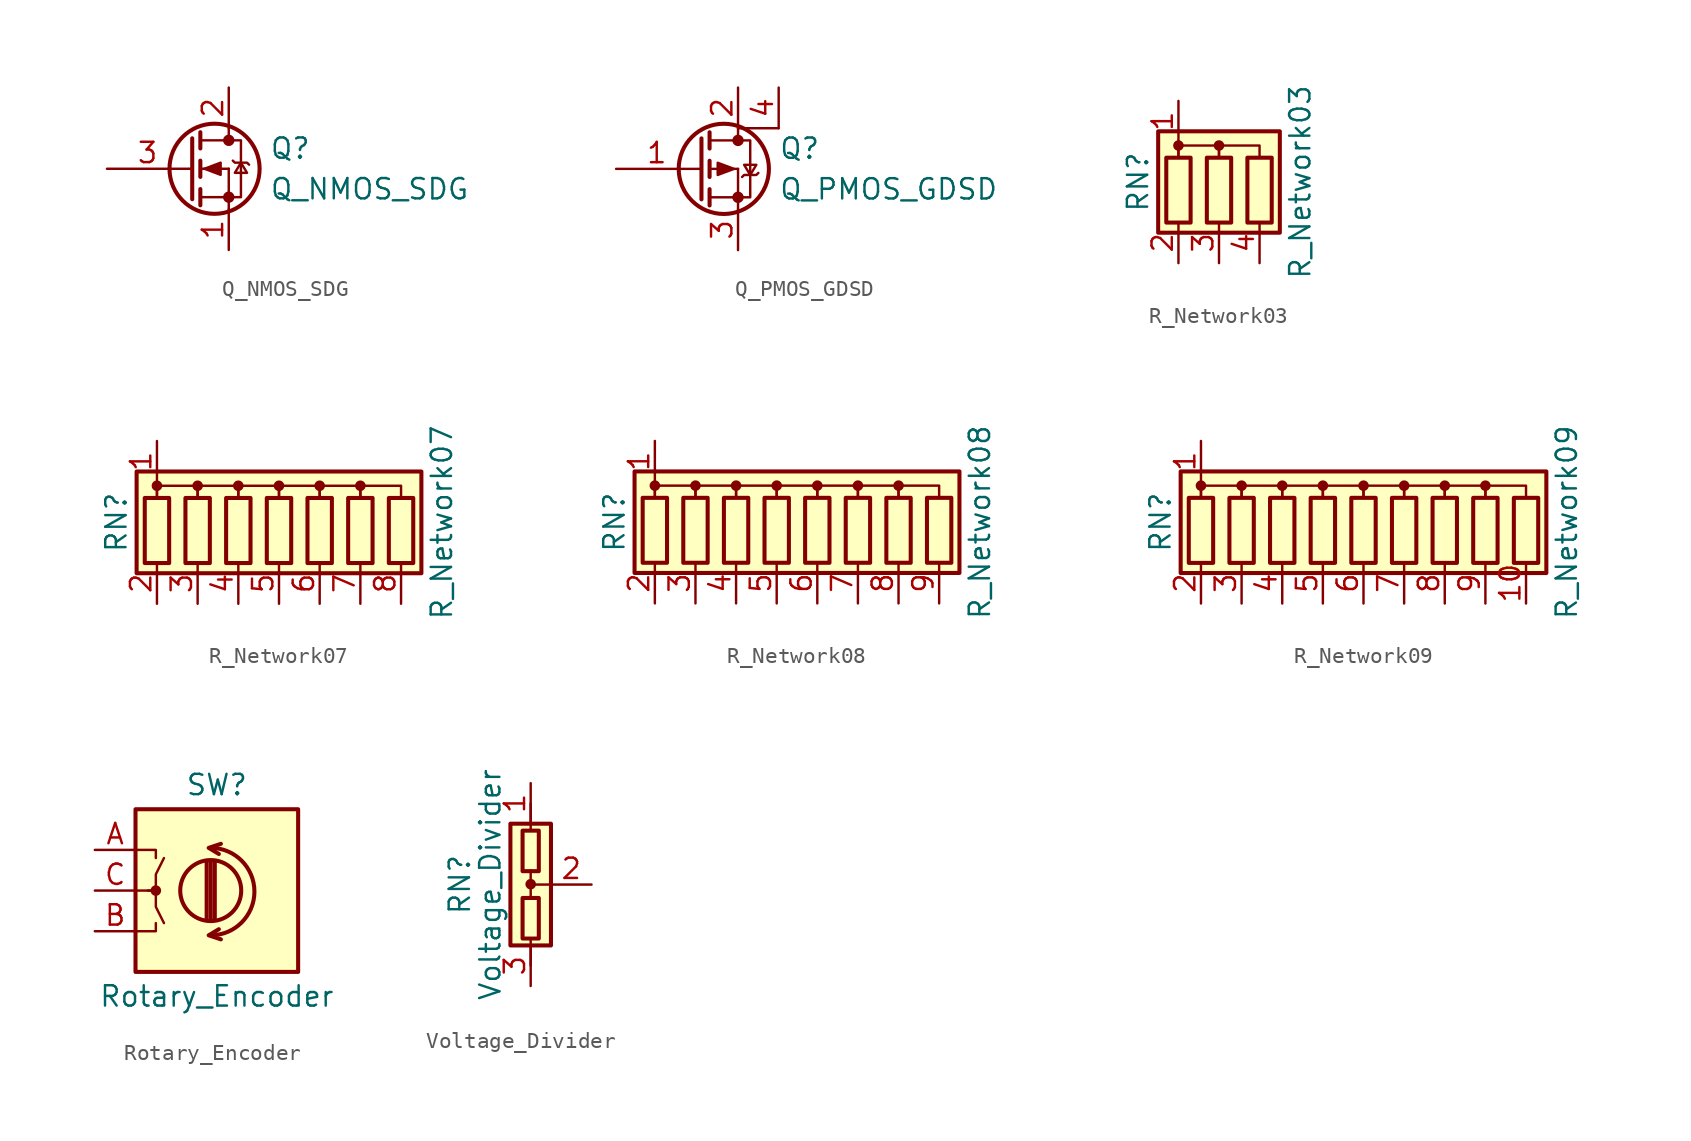
<source format=kicad_sym>
(kicad_symbol_lib
  (version 20201005)
  (generator kicad_symbol_editor)
  (symbol "Q_NMOS_SDG"
    (pin_names
      (offset 0) hide)
    (property "Reference" "Q"
      (at 5.08 1.27 0)
      (effects (font (size 1.27 1.27)) (justify left)))
    (property "Value" "Q_NMOS_SDG"
      (at 5.08 -1.27 0)
      (effects (font (size 1.27 1.27)) (justify left)))
    (symbol "Q_NMOS_SDG_0_1"
      (circle (center 1.651 0) (radius 2.819) (stroke (width 0.254)) (fill (type none)))
      (circle (center 2.54 -1.778) (radius 0.279) (stroke (width 0)) (fill (type outline)))
      (circle (center 2.54 1.778) (radius 0.279) (stroke (width 0)) (fill (type outline)))
      (polyline (pts (xy 0.051 0) (xy 0.254 0)) (stroke (width 0)) (fill (type none)))
      (polyline (pts (xy 0.762 -1.778) (xy 2.54 -1.778)) (stroke (width 0)) (fill (type none)))
      (polyline (pts (xy 0.762 -1.27) (xy 0.762 -2.286)) (stroke (width 0.254)) (fill (type none)))
      (polyline (pts (xy 0.762 0) (xy 2.54 0)) (stroke (width 0)) (fill (type none)))
      (polyline (pts (xy 0.762 0.508) (xy 0.762 -0.508)) (stroke (width 0.254)) (fill (type none)))
      (polyline (pts (xy 0.762 1.778) (xy 2.54 1.778)) (stroke (width 0)) (fill (type none)))
      (polyline (pts (xy 0.762 2.286) (xy 0.762 1.27)) (stroke (width 0.254)) (fill (type none)))
      (polyline (pts (xy 2.54 -1.778) (xy 2.54 -2.54)) (stroke (width 0)) (fill (type none)))
      (polyline (pts (xy 2.54 -1.778) (xy 2.54 0)) (stroke (width 0)) (fill (type none)))
      (polyline (pts (xy 2.54 2.54) (xy 2.54 1.778)) (stroke (width 0)) (fill (type none)))
      (polyline (pts (xy 0.254 1.905) (xy 0.254 -1.905) (xy 0.254 -1.905)) (stroke (width 0.254)) (fill (type none)))
      (polyline (pts (xy 2.54 -1.778) (xy 3.302 -1.778) (xy 3.302 1.778) (xy 2.54 1.778)) (stroke (width 0)) (fill (type none)))
      (polyline (pts (xy 2.794 0.508) (xy 2.921 0.381) (xy 3.683 0.381) (xy 3.81 0.254)) (stroke (width 0)) (fill (type none)))
      (polyline (pts (xy 3.302 0.381) (xy 2.921 -0.254) (xy 3.683 -0.254) (xy 3.302 0.381)) (stroke (width 0)) (fill (type none)))
      (polyline (pts (xy 1.016 0) (xy 2.032 0.381) (xy 2.032 -0.381) (xy 1.016 0)) (stroke (width 0)) (fill (type outline))))
    (symbol "Q_NMOS_SDG_1_1"
      (pin passive line (at 2.54 -5.08 90) (length 2.54) (name "S" (effects (font (size 1.27 1.27)))) (number "1" (effects (font (size 1.27 1.27)))))
      (pin passive line (at 2.54 5.08 270) (length 2.54) (name "D" (effects (font (size 1.27 1.27)))) (number "2" (effects (font (size 1.27 1.27)))))
      (pin input line (at -5.08 0 0) (length 5.08) (name "G" (effects (font (size 1.27 1.27)))) (number "3" (effects (font (size 1.27 1.27)))))))
  (symbol "Q_PMOS_GDSD"
    (pin_names
      (offset 0) hide)
    (property "Reference" "Q"
      (at 5.08 1.27 0)
      (effects (font (size 1.27 1.27)) (justify left)))
    (property "Value" "Q_PMOS_GDSD"
      (at 5.08 -1.27 0)
      (effects (font (size 1.27 1.27)) (justify left)))
    (symbol "Q_PMOS_GDSD_0_1"
      (circle (center 1.651 0) (radius 2.819) (stroke (width 0.254)) (fill (type none)))
      (circle (center 2.54 -1.778) (radius 0.279) (stroke (width 0)) (fill (type outline)))
      (circle (center 2.54 1.778) (radius 0.279) (stroke (width 0)) (fill (type outline)))
      (polyline (pts (xy 0.051 0) (xy 0.254 0)) (stroke (width 0)) (fill (type none)))
      (polyline (pts (xy 0.762 -1.778) (xy 2.54 -1.778)) (stroke (width 0)) (fill (type none)))
      (polyline (pts (xy 0.762 -1.27) (xy 0.762 -2.286)) (stroke (width 0.254)) (fill (type none)))
      (polyline (pts (xy 0.762 0) (xy 2.54 0)) (stroke (width 0)) (fill (type none)))
      (polyline (pts (xy 0.762 0.508) (xy 0.762 -0.508)) (stroke (width 0.254)) (fill (type none)))
      (polyline (pts (xy 0.762 1.778) (xy 2.54 1.778)) (stroke (width 0)) (fill (type none)))
      (polyline (pts (xy 0.762 2.286) (xy 0.762 1.27)) (stroke (width 0.254)) (fill (type none)))
      (polyline (pts (xy 2.54 -1.778) (xy 2.54 -2.54)) (stroke (width 0)) (fill (type none)))
      (polyline (pts (xy 2.54 -1.778) (xy 2.54 0)) (stroke (width 0)) (fill (type none)))
      (polyline (pts (xy 2.54 2.54) (xy 2.54 1.778)) (stroke (width 0)) (fill (type none)))
      (polyline (pts (xy 5.08 2.54) (xy 2.54 2.54)) (stroke (width 0)) (fill (type none)))
      (polyline (pts (xy 0.254 1.905) (xy 0.254 -1.905) (xy 0.254 -1.905)) (stroke (width 0.254)) (fill (type none)))
      (polyline (pts (xy 2.54 -1.778) (xy 3.302 -1.778) (xy 3.302 1.778) (xy 2.54 1.778)) (stroke (width 0)) (fill (type none)))
      (polyline (pts (xy 2.794 -0.508) (xy 2.921 -0.381) (xy 3.683 -0.381) (xy 3.81 -0.254)) (stroke (width 0)) (fill (type none)))
      (polyline (pts (xy 3.302 -0.381) (xy 2.921 0.254) (xy 3.683 0.254) (xy 3.302 -0.381)) (stroke (width 0)) (fill (type none)))
      (polyline (pts (xy 2.286 0) (xy 1.27 -0.381) (xy 1.27 0.381) (xy 2.286 0)) (stroke (width 0)) (fill (type outline))))
    (symbol "Q_PMOS_GDSD_1_1"
      (pin input line (at -5.08 0 0) (length 5.08) (name "G" (effects (font (size 1.27 1.27)))) (number "1" (effects (font (size 1.27 1.27)))))
      (pin passive line (at 2.54 5.08 270) (length 2.54) (name "D" (effects (font (size 1.27 1.27)))) (number "2" (effects (font (size 1.27 1.27)))))
      (pin passive line (at 2.54 -5.08 90) (length 2.54) (name "S" (effects (font (size 1.27 1.27)))) (number "3" (effects (font (size 1.27 1.27)))))
      (pin passive line (at 5.08 5.08 270) (length 2.54) (name "D" (effects (font (size 1.27 1.27)))) (number "4" (effects (font (size 1.27 1.27)))))))
  (symbol "R_Network03"
    (pin_names
      (offset 0) hide)
    (property "Reference" "RN"
      (at -5.08 0 90)
      (effects (font (size 1.27 1.27))))
    (property "Value" "R_Network03"
      (at 5.08 0 90)
      (effects (font (size 1.27 1.27))))
    (symbol "R_Network03_0_1"
      (circle (center -2.54 2.286) (radius 0.254) (stroke (width 0)) (fill (type outline)))
      (circle (center 0 2.286) (radius 0.254) (stroke (width 0)) (fill (type outline)))
      (rectangle (start -3.302 1.524) (end -1.778 -2.54) (stroke (width 0.254)) (fill (type none)))
      (rectangle (start -0.762 1.524) (end 0.762 -2.54) (stroke (width 0.254)) (fill (type none)))
      (rectangle (start 1.778 1.524) (end 3.302 -2.54) (stroke (width 0.254)) (fill (type none)))
      (rectangle (start -3.81 -3.175) (end 3.81 3.175) (stroke (width 0.254)) (fill (type background)))
      (polyline (pts (xy -2.54 2.54) (xy -2.54 1.524)) (stroke (width 0)) (fill (type none)))
      (polyline (pts (xy -2.54 1.524) (xy -2.54 2.286) (xy 0 2.286) (xy 0 1.524)) (stroke (width 0)) (fill (type none)))
      (polyline (pts (xy 0 1.524) (xy 0 2.286) (xy 2.54 2.286) (xy 2.54 1.524)) (stroke (width 0)) (fill (type none))))
    (symbol "R_Network03_1_1"
      (pin passive line (at -2.54 5.08 270) (length 2.54) (name "common" (effects (font (size 1.27 1.27)))) (number "1" (effects (font (size 1.27 1.27)))))
      (pin passive line (at -2.54 -5.08 90) (length 2.54) (name "R1" (effects (font (size 1.27 1.27)))) (number "2" (effects (font (size 1.27 1.27)))))
      (pin passive line (at 0 -5.08 90) (length 2.54) (name "R2" (effects (font (size 1.27 1.27)))) (number "3" (effects (font (size 1.27 1.27)))))
      (pin passive line (at 2.54 -5.08 90) (length 2.54) (name "R3" (effects (font (size 1.27 1.27)))) (number "4" (effects (font (size 1.27 1.27)))))))
  (symbol "R_Network07"
    (pin_names
      (offset 0) hide)
    (property "Reference" "RN"
      (at -10.16 0 90)
      (effects (font (size 1.27 1.27))))
    (property "Value" "R_Network07"
      (at 10.16 0 90)
      (effects (font (size 1.27 1.27))))
    (symbol "R_Network07_0_1"
      (circle (center -7.62 2.286) (radius 0.254) (stroke (width 0)) (fill (type outline)))
      (circle (center -5.08 2.286) (radius 0.254) (stroke (width 0)) (fill (type outline)))
      (circle (center -2.54 2.286) (radius 0.254) (stroke (width 0)) (fill (type outline)))
      (circle (center 0 2.286) (radius 0.254) (stroke (width 0)) (fill (type outline)))
      (circle (center 2.54 2.286) (radius 0.254) (stroke (width 0)) (fill (type outline)))
      (circle (center 5.08 2.286) (radius 0.254) (stroke (width 0)) (fill (type outline)))
      (rectangle (start -8.382 1.524) (end -6.858 -2.54) (stroke (width 0.254)) (fill (type none)))
      (rectangle (start -5.842 1.524) (end -4.318 -2.54) (stroke (width 0.254)) (fill (type none)))
      (rectangle (start -3.302 1.524) (end -1.778 -2.54) (stroke (width 0.254)) (fill (type none)))
      (rectangle (start -0.762 1.524) (end 0.762 -2.54) (stroke (width 0.254)) (fill (type none)))
      (rectangle (start 1.778 1.524) (end 3.302 -2.54) (stroke (width 0.254)) (fill (type none)))
      (rectangle (start 4.318 1.524) (end 5.842 -2.54) (stroke (width 0.254)) (fill (type none)))
      (rectangle (start 6.858 1.524) (end 8.382 -2.54) (stroke (width 0.254)) (fill (type none)))
      (rectangle (start -8.89 -3.175) (end 8.89 3.175) (stroke (width 0.254)) (fill (type background)))
      (polyline (pts (xy -7.62 2.54) (xy -7.62 1.524)) (stroke (width 0)) (fill (type none)))
      (polyline (pts (xy -7.62 1.524) (xy -7.62 2.286) (xy -5.08 2.286) (xy -5.08 1.524)) (stroke (width 0)) (fill (type none)))
      (polyline (pts (xy -5.08 1.524) (xy -5.08 2.286) (xy -2.54 2.286) (xy -2.54 1.524)) (stroke (width 0)) (fill (type none)))
      (polyline (pts (xy -2.54 1.524) (xy -2.54 2.286) (xy 0 2.286) (xy 0 1.524)) (stroke (width 0)) (fill (type none)))
      (polyline (pts (xy 0 1.524) (xy 0 2.286) (xy 2.54 2.286) (xy 2.54 1.524)) (stroke (width 0)) (fill (type none)))
      (polyline (pts (xy 2.54 1.524) (xy 2.54 2.286) (xy 5.08 2.286) (xy 5.08 1.524)) (stroke (width 0)) (fill (type none)))
      (polyline (pts (xy 5.08 1.524) (xy 5.08 2.286) (xy 7.62 2.286) (xy 7.62 1.524)) (stroke (width 0)) (fill (type none))))
    (symbol "R_Network07_1_1"
      (pin passive line (at -7.62 5.08 270) (length 2.54) (name "common" (effects (font (size 1.27 1.27)))) (number "1" (effects (font (size 1.27 1.27)))))
      (pin passive line (at -7.62 -5.08 90) (length 2.54) (name "R1" (effects (font (size 1.27 1.27)))) (number "2" (effects (font (size 1.27 1.27)))))
      (pin passive line (at -5.08 -5.08 90) (length 2.54) (name "R2" (effects (font (size 1.27 1.27)))) (number "3" (effects (font (size 1.27 1.27)))))
      (pin passive line (at -2.54 -5.08 90) (length 2.54) (name "R3" (effects (font (size 1.27 1.27)))) (number "4" (effects (font (size 1.27 1.27)))))
      (pin passive line (at 0 -5.08 90) (length 2.54) (name "R4" (effects (font (size 1.27 1.27)))) (number "5" (effects (font (size 1.27 1.27)))))
      (pin passive line (at 2.54 -5.08 90) (length 2.54) (name "R5" (effects (font (size 1.27 1.27)))) (number "6" (effects (font (size 1.27 1.27)))))
      (pin passive line (at 5.08 -5.08 90) (length 2.54) (name "R6" (effects (font (size 1.27 1.27)))) (number "7" (effects (font (size 1.27 1.27)))))
      (pin passive line (at 7.62 -5.08 90) (length 2.54) (name "R7" (effects (font (size 1.27 1.27)))) (number "8" (effects (font (size 1.27 1.27)))))))
  (symbol "R_Network08"
    (pin_names
      (offset 0) hide)
    (property "Reference" "RN"
      (at -12.7 0 90)
      (effects (font (size 1.27 1.27))))
    (property "Value" "R_Network08"
      (at 10.16 0 90)
      (effects (font (size 1.27 1.27))))
    (symbol "R_Network08_0_1"
      (circle (center -10.16 2.286) (radius 0.254) (stroke (width 0)) (fill (type outline)))
      (circle (center -7.62 2.286) (radius 0.254) (stroke (width 0)) (fill (type outline)))
      (circle (center -5.08 2.286) (radius 0.254) (stroke (width 0)) (fill (type outline)))
      (circle (center -2.54 2.286) (radius 0.254) (stroke (width 0)) (fill (type outline)))
      (circle (center 0 2.286) (radius 0.254) (stroke (width 0)) (fill (type outline)))
      (circle (center 2.54 2.286) (radius 0.254) (stroke (width 0)) (fill (type outline)))
      (circle (center 5.08 2.286) (radius 0.254) (stroke (width 0)) (fill (type outline)))
      (rectangle (start -10.922 1.524) (end -9.398 -2.54) (stroke (width 0.254)) (fill (type none)))
      (rectangle (start -8.382 1.524) (end -6.858 -2.54) (stroke (width 0.254)) (fill (type none)))
      (rectangle (start -5.842 1.524) (end -4.318 -2.54) (stroke (width 0.254)) (fill (type none)))
      (rectangle (start -3.302 1.524) (end -1.778 -2.54) (stroke (width 0.254)) (fill (type none)))
      (rectangle (start -0.762 1.524) (end 0.762 -2.54) (stroke (width 0.254)) (fill (type none)))
      (rectangle (start 1.778 1.524) (end 3.302 -2.54) (stroke (width 0.254)) (fill (type none)))
      (rectangle (start 4.318 1.524) (end 5.842 -2.54) (stroke (width 0.254)) (fill (type none)))
      (rectangle (start 6.858 1.524) (end 8.382 -2.54) (stroke (width 0.254)) (fill (type none)))
      (rectangle (start -11.43 -3.175) (end 8.89 3.175) (stroke (width 0.254)) (fill (type background)))
      (polyline (pts (xy -10.16 2.54) (xy -10.16 1.524)) (stroke (width 0)) (fill (type none)))
      (polyline (pts (xy -10.16 1.524) (xy -10.16 2.286) (xy -7.62 2.286) (xy -7.62 1.524)) (stroke (width 0)) (fill (type none)))
      (polyline (pts (xy -7.62 1.524) (xy -7.62 2.286) (xy -5.08 2.286) (xy -5.08 1.524)) (stroke (width 0)) (fill (type none)))
      (polyline (pts (xy -5.08 1.524) (xy -5.08 2.286) (xy -2.54 2.286) (xy -2.54 1.524)) (stroke (width 0)) (fill (type none)))
      (polyline (pts (xy -2.54 1.524) (xy -2.54 2.286) (xy 0 2.286) (xy 0 1.524)) (stroke (width 0)) (fill (type none)))
      (polyline (pts (xy 0 1.524) (xy 0 2.286) (xy 2.54 2.286) (xy 2.54 1.524)) (stroke (width 0)) (fill (type none)))
      (polyline (pts (xy 2.54 1.524) (xy 2.54 2.286) (xy 5.08 2.286) (xy 5.08 1.524)) (stroke (width 0)) (fill (type none)))
      (polyline (pts (xy 5.08 1.524) (xy 5.08 2.286) (xy 7.62 2.286) (xy 7.62 1.524)) (stroke (width 0)) (fill (type none))))
    (symbol "R_Network08_1_1"
      (pin passive line (at -10.16 5.08 270) (length 2.54) (name "common" (effects (font (size 1.27 1.27)))) (number "1" (effects (font (size 1.27 1.27)))))
      (pin passive line (at -10.16 -5.08 90) (length 2.54) (name "R1" (effects (font (size 1.27 1.27)))) (number "2" (effects (font (size 1.27 1.27)))))
      (pin passive line (at -7.62 -5.08 90) (length 2.54) (name "R2" (effects (font (size 1.27 1.27)))) (number "3" (effects (font (size 1.27 1.27)))))
      (pin passive line (at -5.08 -5.08 90) (length 2.54) (name "R3" (effects (font (size 1.27 1.27)))) (number "4" (effects (font (size 1.27 1.27)))))
      (pin passive line (at -2.54 -5.08 90) (length 2.54) (name "R4" (effects (font (size 1.27 1.27)))) (number "5" (effects (font (size 1.27 1.27)))))
      (pin passive line (at 0 -5.08 90) (length 2.54) (name "R5" (effects (font (size 1.27 1.27)))) (number "6" (effects (font (size 1.27 1.27)))))
      (pin passive line (at 2.54 -5.08 90) (length 2.54) (name "R6" (effects (font (size 1.27 1.27)))) (number "7" (effects (font (size 1.27 1.27)))))
      (pin passive line (at 5.08 -5.08 90) (length 2.54) (name "R7" (effects (font (size 1.27 1.27)))) (number "8" (effects (font (size 1.27 1.27)))))
      (pin passive line (at 7.62 -5.08 90) (length 2.54) (name "R8" (effects (font (size 1.27 1.27)))) (number "9" (effects (font (size 1.27 1.27)))))))
  (symbol "R_Network09"
    (pin_names
      (offset 0) hide)
    (property "Reference" "RN"
      (at -12.7 0 90)
      (effects (font (size 1.27 1.27))))
    (property "Value" "R_Network09"
      (at 12.7 0 90)
      (effects (font (size 1.27 1.27))))
    (symbol "R_Network09_0_1"
      (circle (center -10.16 2.286) (radius 0.254) (stroke (width 0)) (fill (type outline)))
      (circle (center -7.62 2.286) (radius 0.254) (stroke (width 0)) (fill (type outline)))
      (circle (center -5.08 2.286) (radius 0.254) (stroke (width 0)) (fill (type outline)))
      (circle (center -2.54 2.286) (radius 0.254) (stroke (width 0)) (fill (type outline)))
      (circle (center 0 2.286) (radius 0.254) (stroke (width 0)) (fill (type outline)))
      (circle (center 2.54 2.286) (radius 0.254) (stroke (width 0)) (fill (type outline)))
      (circle (center 5.08 2.286) (radius 0.254) (stroke (width 0)) (fill (type outline)))
      (circle (center 7.62 2.286) (radius 0.254) (stroke (width 0)) (fill (type outline)))
      (rectangle (start -10.922 1.524) (end -9.398 -2.54) (stroke (width 0.254)) (fill (type none)))
      (rectangle (start -8.382 1.524) (end -6.858 -2.54) (stroke (width 0.254)) (fill (type none)))
      (rectangle (start -5.842 1.524) (end -4.318 -2.54) (stroke (width 0.254)) (fill (type none)))
      (rectangle (start -3.302 1.524) (end -1.778 -2.54) (stroke (width 0.254)) (fill (type none)))
      (rectangle (start -0.762 1.524) (end 0.762 -2.54) (stroke (width 0.254)) (fill (type none)))
      (rectangle (start 1.778 1.524) (end 3.302 -2.54) (stroke (width 0.254)) (fill (type none)))
      (rectangle (start 4.318 1.524) (end 5.842 -2.54) (stroke (width 0.254)) (fill (type none)))
      (rectangle (start 6.858 1.524) (end 8.382 -2.54) (stroke (width 0.254)) (fill (type none)))
      (rectangle (start 9.398 1.524) (end 10.922 -2.54) (stroke (width 0.254)) (fill (type none)))
      (rectangle (start -11.43 -3.175) (end 11.43 3.175) (stroke (width 0.254)) (fill (type background)))
      (polyline (pts (xy -10.16 2.54) (xy -10.16 1.524)) (stroke (width 0)) (fill (type none)))
      (polyline (pts (xy -10.16 1.524) (xy -10.16 2.286) (xy -7.62 2.286) (xy -7.62 1.524)) (stroke (width 0)) (fill (type none)))
      (polyline (pts (xy -7.62 1.524) (xy -7.62 2.286) (xy -5.08 2.286) (xy -5.08 1.524)) (stroke (width 0)) (fill (type none)))
      (polyline (pts (xy -5.08 1.524) (xy -5.08 2.286) (xy -2.54 2.286) (xy -2.54 1.524)) (stroke (width 0)) (fill (type none)))
      (polyline (pts (xy -2.54 1.524) (xy -2.54 2.286) (xy 0 2.286) (xy 0 1.524)) (stroke (width 0)) (fill (type none)))
      (polyline (pts (xy 0 1.524) (xy 0 2.286) (xy 2.54 2.286) (xy 2.54 1.524)) (stroke (width 0)) (fill (type none)))
      (polyline (pts (xy 2.54 1.524) (xy 2.54 2.286) (xy 5.08 2.286) (xy 5.08 1.524)) (stroke (width 0)) (fill (type none)))
      (polyline (pts (xy 5.08 1.524) (xy 5.08 2.286) (xy 7.62 2.286) (xy 7.62 1.524)) (stroke (width 0)) (fill (type none)))
      (polyline (pts (xy 7.62 1.524) (xy 7.62 2.286) (xy 10.16 2.286) (xy 10.16 1.524)) (stroke (width 0)) (fill (type none))))
    (symbol "R_Network09_1_1"
      (pin passive line (at -10.16 5.08 270) (length 2.54) (name "common" (effects (font (size 1.27 1.27)))) (number "1" (effects (font (size 1.27 1.27)))))
      (pin passive line (at 10.16 -5.08 90) (length 2.54) (name "R9" (effects (font (size 1.27 1.27)))) (number "10" (effects (font (size 1.27 1.27)))))
      (pin passive line (at -10.16 -5.08 90) (length 2.54) (name "R1" (effects (font (size 1.27 1.27)))) (number "2" (effects (font (size 1.27 1.27)))))
      (pin passive line (at -7.62 -5.08 90) (length 2.54) (name "R2" (effects (font (size 1.27 1.27)))) (number "3" (effects (font (size 1.27 1.27)))))
      (pin passive line (at -5.08 -5.08 90) (length 2.54) (name "R3" (effects (font (size 1.27 1.27)))) (number "4" (effects (font (size 1.27 1.27)))))
      (pin passive line (at -2.54 -5.08 90) (length 2.54) (name "R4" (effects (font (size 1.27 1.27)))) (number "5" (effects (font (size 1.27 1.27)))))
      (pin passive line (at 0 -5.08 90) (length 2.54) (name "R5" (effects (font (size 1.27 1.27)))) (number "6" (effects (font (size 1.27 1.27)))))
      (pin passive line (at 2.54 -5.08 90) (length 2.54) (name "R6" (effects (font (size 1.27 1.27)))) (number "7" (effects (font (size 1.27 1.27)))))
      (pin passive line (at 5.08 -5.08 90) (length 2.54) (name "R7" (effects (font (size 1.27 1.27)))) (number "8" (effects (font (size 1.27 1.27)))))
      (pin passive line (at 7.62 -5.08 90) (length 2.54) (name "R8" (effects (font (size 1.27 1.27)))) (number "9" (effects (font (size 1.27 1.27)))))))
  (symbol "Rotary_Encoder"
    (pin_names
      (offset 0.254) hide)
    (property "Reference" "SW"
      (at 0 6.604 0)
      (effects (font (size 1.27 1.27))))
    (property "Value" "Rotary_Encoder"
      (at 0 -6.604 0)
      (effects (font (size 1.27 1.27))))
    (symbol "Rotary_Encoder_0_1"
      (arc (start -0.381 -2.794) (end -0.381 2.667) (radius (at -0.381 -0.0508) (length 2.7432) (angles -89.9 89.9)) (stroke (width 0.254)) (fill (type none)))
      (circle (center -0.381 0) (radius 1.905) (stroke (width 0.254)) (fill (type none)))
      (circle (center -3.81 0) (radius 0.254) (stroke (width 0)) (fill (type outline)))
      (rectangle (start -5.08 5.08) (end 5.08 -5.08) (stroke (width 0.254)) (fill (type background)))
      (polyline (pts (xy -0.635 -1.778) (xy -0.635 1.778)) (stroke (width 0.254)) (fill (type none)))
      (polyline (pts (xy -0.381 -1.778) (xy -0.381 1.778)) (stroke (width 0.254)) (fill (type none)))
      (polyline (pts (xy -0.127 1.778) (xy -0.127 -1.778)) (stroke (width 0.254)) (fill (type none)))
      (polyline (pts (xy -5.08 -2.54) (xy -3.81 -2.54) (xy -3.81 -2.032)) (stroke (width 0)) (fill (type none)))
      (polyline (pts (xy -5.08 2.54) (xy -3.81 2.54) (xy -3.81 2.032)) (stroke (width 0)) (fill (type none)))
      (polyline (pts (xy 0.254 -3.048) (xy -0.508 -2.794) (xy 0.127 -2.413)) (stroke (width 0.254)) (fill (type none)))
      (polyline (pts (xy 0.254 2.921) (xy -0.508 2.667) (xy 0.127 2.286)) (stroke (width 0.254)) (fill (type none)))
      (polyline (pts (xy -5.08 0) (xy -3.81 0) (xy -3.81 -1.016) (xy -3.302 -2.032)) (stroke (width 0)) (fill (type none)))
      (polyline (pts (xy -4.318 0) (xy -3.81 0) (xy -3.81 1.016) (xy -3.302 2.032)) (stroke (width 0)) (fill (type none))))
    (symbol "Rotary_Encoder_1_1"
      (pin passive line (at -7.62 2.54 0) (length 2.54) (name "A" (effects (font (size 1.27 1.27)))) (number "A" (effects (font (size 1.27 1.27)))))
      (pin passive line (at -7.62 -2.54 0) (length 2.54) (name "B" (effects (font (size 1.27 1.27)))) (number "B" (effects (font (size 1.27 1.27)))))
      (pin passive line (at -7.62 0 0) (length 2.54) (name "C" (effects (font (size 1.27 1.27)))) (number "C" (effects (font (size 1.27 1.27)))))))
  (symbol "Voltage_Divider"
    (pin_names
      (offset 0) hide)
    (property "Reference" "RN"
      (at -4.445 0 90)
      (effects (font (size 1.27 1.27))))
    (property "Value" "Voltage_Divider"
      (at -2.54 0 90)
      (effects (font (size 1.27 1.27))))
    (symbol "Voltage_Divider_0_1"
      (circle (center 0 0.025) (radius 0.254) (stroke (width 0)) (fill (type outline)))
      (rectangle (start -0.508 -3.378) (end 0.508 -0.838) (stroke (width 0.254)) (fill (type none)))
      (rectangle (start -0.508 3.378) (end 0.508 0.838) (stroke (width 0.254)) (fill (type none)))
      (rectangle (start -1.27 -3.81) (end 1.27 3.81) (stroke (width 0.254)) (fill (type background)))
      (polyline (pts (xy 0 -5.08) (xy 0 -3.429)) (stroke (width 0)) (fill (type none)))
      (polyline (pts (xy 0 0.889) (xy 0 -0.889)) (stroke (width 0)) (fill (type none)))
      (polyline (pts (xy 0 5.08) (xy 0 3.378)) (stroke (width 0)) (fill (type none)))
      (polyline (pts (xy 1.27 0) (xy 0 0)) (stroke (width 0)) (fill (type none))))
    (symbol "Voltage_Divider_1_1"
      (pin passive line (at 0 6.35 270) (length 2.54) (name "~" (effects (font (size 1.27 1.27)))) (number "1" (effects (font (size 1.27 1.27)))))
      (pin passive line (at 3.81 0 180) (length 2.54) (name "~" (effects (font (size 1.27 1.27)))) (number "2" (effects (font (size 1.27 1.27)))))
      (pin passive line (at 0 -6.35 90) (length 2.54) (name "~" (effects (font (size 1.27 1.27)))) (number "3" (effects (font (size 1.27 1.27))))))))
</source>
